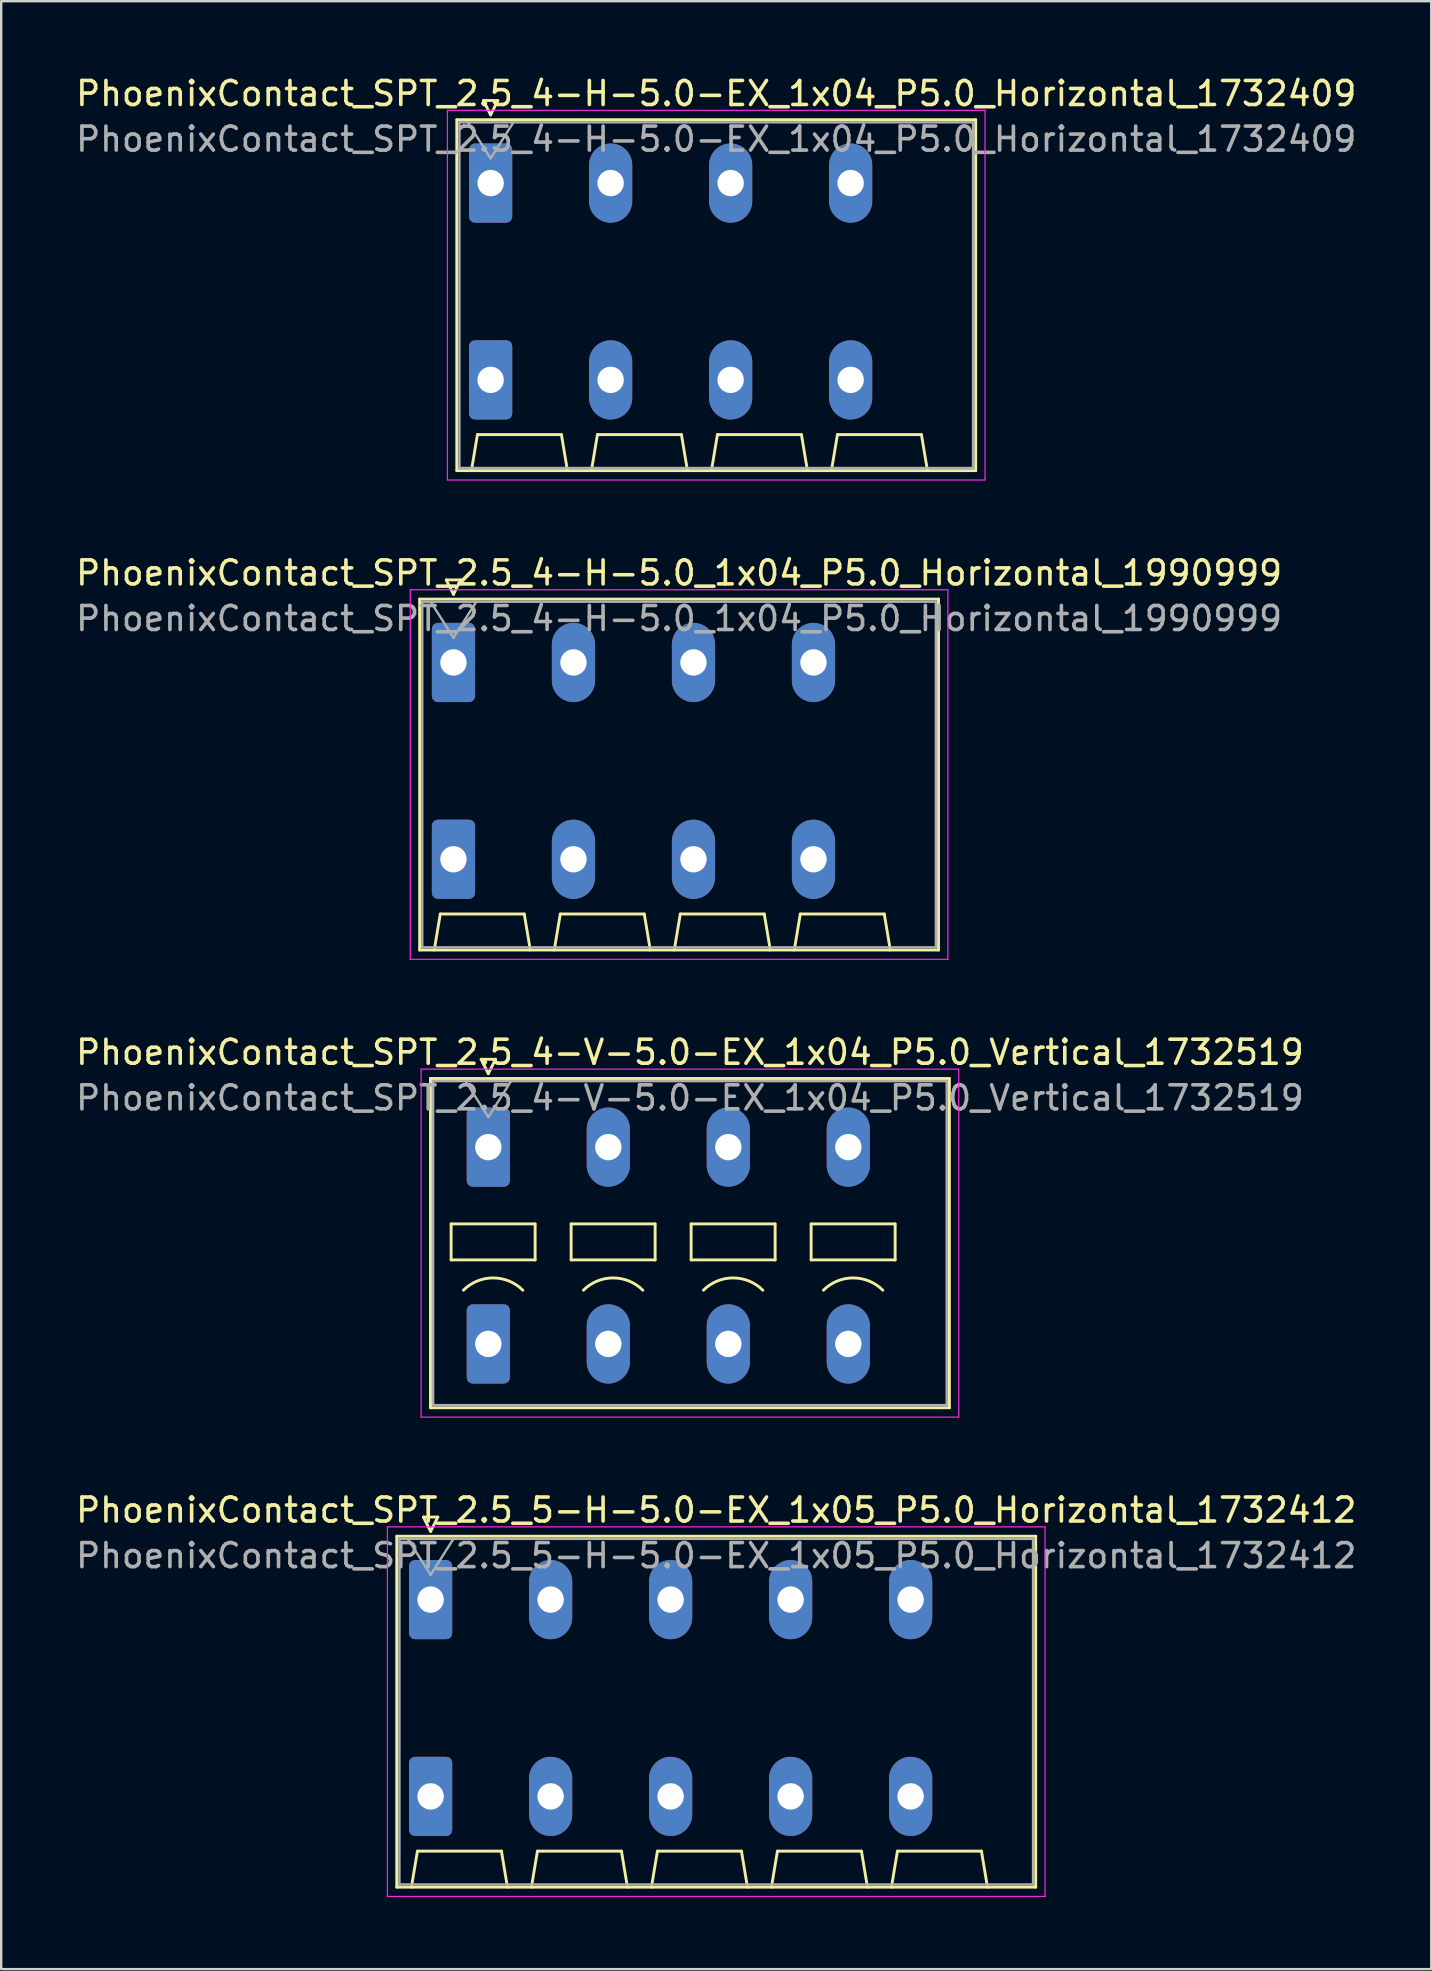
<source format=kicad_pcb>
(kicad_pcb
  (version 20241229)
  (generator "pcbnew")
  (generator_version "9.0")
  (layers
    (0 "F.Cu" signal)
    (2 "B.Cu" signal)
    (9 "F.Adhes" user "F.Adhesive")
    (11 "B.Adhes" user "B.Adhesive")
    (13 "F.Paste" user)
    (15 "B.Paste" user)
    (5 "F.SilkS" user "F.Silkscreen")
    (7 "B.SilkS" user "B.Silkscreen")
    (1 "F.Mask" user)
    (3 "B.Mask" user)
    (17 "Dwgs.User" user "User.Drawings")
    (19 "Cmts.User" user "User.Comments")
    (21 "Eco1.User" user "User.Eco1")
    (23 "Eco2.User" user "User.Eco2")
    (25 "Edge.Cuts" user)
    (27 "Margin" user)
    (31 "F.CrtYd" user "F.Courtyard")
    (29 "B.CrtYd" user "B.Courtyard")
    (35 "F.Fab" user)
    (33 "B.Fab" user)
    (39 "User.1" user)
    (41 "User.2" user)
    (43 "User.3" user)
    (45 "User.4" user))
  (footprint "PhoenixContact_SPT_2.5_4-H-5.0-EX_1x04_P5.0_Horizontal_1732409"
    (layer "F.Cu")
    (at 17.392 4.578)
    (property "Reference" "PhoenixContact_SPT_2.5_4-H-5.0-EX_1x04_P5.0_Horizontal_1732409" (at 9.4 -3.73 0) (layer "F.SilkS") (effects (font (size 1 1) (thickness 0.15))))
    (attr through_hole)
    (fp_line (start -1.41 -2.64) (end 20.21 -2.64) (stroke (width 0.12) (type solid)) (layer "F.SilkS"))
    (fp_line (start -1.41 11.98) (end -1.41 -2.64) (stroke (width 0.12) (type solid)) (layer "F.SilkS"))
    (fp_line (start -0.8 11.98) (end -0.55 10.48) (stroke (width 0.12) (type solid)) (layer "F.SilkS"))
    (fp_line (start -0.55 10.48) (end 2.95 10.48) (stroke (width 0.12) (type solid)) (layer "F.SilkS"))
    (fp_line (start -0.3 -3.44) (end 0 -2.84) (stroke (width 0.12) (type solid)) (layer "F.SilkS"))
    (fp_line (start -0.3 -3.44) (end 0.3 -3.44) (stroke (width 0.12) (type solid)) (layer "F.SilkS"))
    (fp_line (start 0.3 -3.44) (end 0 -2.84) (stroke (width 0.12) (type solid)) (layer "F.SilkS"))
    (fp_line (start 3.2 11.98) (end 2.95 10.48) (stroke (width 0.12) (type solid)) (layer "F.SilkS"))
    (fp_line (start 4.2 11.98) (end 4.45 10.48) (stroke (width 0.12) (type solid)) (layer "F.SilkS"))
    (fp_line (start 4.45 10.48) (end 7.95 10.48) (stroke (width 0.12) (type solid)) (layer "F.SilkS"))
    (fp_line (start 8.2 11.98) (end 7.95 10.48) (stroke (width 0.12) (type solid)) (layer "F.SilkS"))
    (fp_line (start 9.2 11.98) (end 9.45 10.48) (stroke (width 0.12) (type solid)) (layer "F.SilkS"))
    (fp_line (start 9.45 10.48) (end 12.95 10.48) (stroke (width 0.12) (type solid)) (layer "F.SilkS"))
    (fp_line (start 13.2 11.98) (end 12.95 10.48) (stroke (width 0.12) (type solid)) (layer "F.SilkS"))
    (fp_line (start 14.2 11.98) (end 14.45 10.48) (stroke (width 0.12) (type solid)) (layer "F.SilkS"))
    (fp_line (start 14.45 10.48) (end 17.95 10.48) (stroke (width 0.12) (type solid)) (layer "F.SilkS"))
    (fp_line (start 18.2 11.98) (end 17.95 10.48) (stroke (width 0.12) (type solid)) (layer "F.SilkS"))
    (fp_line (start 20.21 -2.64) (end 20.21 11.98) (stroke (width 0.12) (type solid)) (layer "F.SilkS"))
    (fp_line (start 20.21 11.98) (end -1.41 11.98) (stroke (width 0.12) (type solid)) (layer "F.SilkS"))
    (fp_line (start -1.8 -3.03) (end -1.8 12.37) (stroke (width 0.05) (type solid)) (layer "F.CrtYd"))
    (fp_line (start -1.8 12.37) (end 20.6 12.37) (stroke (width 0.05) (type solid)) (layer "F.CrtYd"))
    (fp_line (start 20.6 -3.03) (end -1.8 -3.03) (stroke (width 0.05) (type solid)) (layer "F.CrtYd"))
    (fp_line (start 20.6 12.37) (end 20.6 -3.03) (stroke (width 0.05) (type solid)) (layer "F.CrtYd"))
    (fp_line (start -1.3 -2.53) (end -1.3 11.87) (stroke (width 0.1) (type solid)) (layer "F.Fab"))
    (fp_line (start -1.3 11.87) (end 20.1 11.87) (stroke (width 0.1) (type solid)) (layer "F.Fab"))
    (fp_line (start -0.95 -2.53) (end 0 -1.03) (stroke (width 0.1) (type solid)) (layer "F.Fab"))
    (fp_line (start 0.95 -2.53) (end 0 -1.03) (stroke (width 0.1) (type solid)) (layer "F.Fab"))
    (fp_line (start 20.1 -2.53) (end -1.3 -2.53) (stroke (width 0.1) (type solid)) (layer "F.Fab"))
    (fp_line (start 20.1 11.87) (end 20.1 -2.53) (stroke (width 0.1) (type solid)) (layer "F.Fab"))
    (fp_text user "${REFERENCE}" (at 9.4 -1.83 0) (layer "F.Fab") (effects (font (size 1 1) (thickness 0.15))))
    (pad "1" thru_hole roundrect (at 0 0) (size 1.8 3.3) (drill 1.1) (layers "*.Cu" "*.Mask") (roundrect_rratio 0.139))
    (pad "1" thru_hole roundrect (at 0 8.2) (size 1.8 3.3) (drill 1.1) (layers "*.Cu" "*.Mask") (roundrect_rratio 0.139))
    (pad "2" thru_hole oval (at 5 0) (size 1.8 3.3) (drill 1.1) (layers "*.Cu" "*.Mask"))
    (pad "2" thru_hole oval (at 5 8.2) (size 1.8 3.3) (drill 1.1) (layers "*.Cu" "*.Mask"))
    (pad "3" thru_hole oval (at 10 0) (size 1.8 3.3) (drill 1.1) (layers "*.Cu" "*.Mask"))
    (pad "3" thru_hole oval (at 10 8.2) (size 1.8 3.3) (drill 1.1) (layers "*.Cu" "*.Mask"))
    (pad "4" thru_hole oval (at 15 0) (size 1.8 3.3) (drill 1.1) (layers "*.Cu" "*.Mask"))
    (pad "4" thru_hole oval (at 15 8.2) (size 1.8 3.3) (drill 1.1) (layers "*.Cu" "*.Mask")))
  (footprint "PhoenixContact_SPT_2.5_5-H-5.0-EX_1x05_P5.0_Horizontal_1732412"
    (layer "F.Cu")
    (at 14.892 63.598)
    (property "Reference" "PhoenixContact_SPT_2.5_5-H-5.0-EX_1x05_P5.0_Horizontal_1732412" (at 11.9 -3.73 0) (layer "F.SilkS") (effects (font (size 1 1) (thickness 0.15))))
    (attr through_hole)
    (fp_line (start -1.41 -2.64) (end 25.21 -2.64) (stroke (width 0.12) (type solid)) (layer "F.SilkS"))
    (fp_line (start -1.41 11.98) (end -1.41 -2.64) (stroke (width 0.12) (type solid)) (layer "F.SilkS"))
    (fp_line (start -0.8 11.98) (end -0.55 10.48) (stroke (width 0.12) (type solid)) (layer "F.SilkS"))
    (fp_line (start -0.55 10.48) (end 2.95 10.48) (stroke (width 0.12) (type solid)) (layer "F.SilkS"))
    (fp_line (start -0.3 -3.44) (end 0 -2.84) (stroke (width 0.12) (type solid)) (layer "F.SilkS"))
    (fp_line (start -0.3 -3.44) (end 0.3 -3.44) (stroke (width 0.12) (type solid)) (layer "F.SilkS"))
    (fp_line (start 0.3 -3.44) (end 0 -2.84) (stroke (width 0.12) (type solid)) (layer "F.SilkS"))
    (fp_line (start 3.2 11.98) (end 2.95 10.48) (stroke (width 0.12) (type solid)) (layer "F.SilkS"))
    (fp_line (start 4.2 11.98) (end 4.45 10.48) (stroke (width 0.12) (type solid)) (layer "F.SilkS"))
    (fp_line (start 4.45 10.48) (end 7.95 10.48) (stroke (width 0.12) (type solid)) (layer "F.SilkS"))
    (fp_line (start 8.2 11.98) (end 7.95 10.48) (stroke (width 0.12) (type solid)) (layer "F.SilkS"))
    (fp_line (start 9.2 11.98) (end 9.45 10.48) (stroke (width 0.12) (type solid)) (layer "F.SilkS"))
    (fp_line (start 9.45 10.48) (end 12.95 10.48) (stroke (width 0.12) (type solid)) (layer "F.SilkS"))
    (fp_line (start 13.2 11.98) (end 12.95 10.48) (stroke (width 0.12) (type solid)) (layer "F.SilkS"))
    (fp_line (start 14.2 11.98) (end 14.45 10.48) (stroke (width 0.12) (type solid)) (layer "F.SilkS"))
    (fp_line (start 14.45 10.48) (end 17.95 10.48) (stroke (width 0.12) (type solid)) (layer "F.SilkS"))
    (fp_line (start 18.2 11.98) (end 17.95 10.48) (stroke (width 0.12) (type solid)) (layer "F.SilkS"))
    (fp_line (start 19.2 11.98) (end 19.45 10.48) (stroke (width 0.12) (type solid)) (layer "F.SilkS"))
    (fp_line (start 19.45 10.48) (end 22.95 10.48) (stroke (width 0.12) (type solid)) (layer "F.SilkS"))
    (fp_line (start 23.2 11.98) (end 22.95 10.48) (stroke (width 0.12) (type solid)) (layer "F.SilkS"))
    (fp_line (start 25.21 -2.64) (end 25.21 11.98) (stroke (width 0.12) (type solid)) (layer "F.SilkS"))
    (fp_line (start 25.21 11.98) (end -1.41 11.98) (stroke (width 0.12) (type solid)) (layer "F.SilkS"))
    (fp_line (start -1.8 -3.03) (end -1.8 12.37) (stroke (width 0.05) (type solid)) (layer "F.CrtYd"))
    (fp_line (start -1.8 12.37) (end 25.6 12.37) (stroke (width 0.05) (type solid)) (layer "F.CrtYd"))
    (fp_line (start 25.6 -3.03) (end -1.8 -3.03) (stroke (width 0.05) (type solid)) (layer "F.CrtYd"))
    (fp_line (start 25.6 12.37) (end 25.6 -3.03) (stroke (width 0.05) (type solid)) (layer "F.CrtYd"))
    (fp_line (start -1.3 -2.53) (end -1.3 11.87) (stroke (width 0.1) (type solid)) (layer "F.Fab"))
    (fp_line (start -1.3 11.87) (end 25.1 11.87) (stroke (width 0.1) (type solid)) (layer "F.Fab"))
    (fp_line (start -0.95 -2.53) (end 0 -1.03) (stroke (width 0.1) (type solid)) (layer "F.Fab"))
    (fp_line (start 0.95 -2.53) (end 0 -1.03) (stroke (width 0.1) (type solid)) (layer "F.Fab"))
    (fp_line (start 25.1 -2.53) (end -1.3 -2.53) (stroke (width 0.1) (type solid)) (layer "F.Fab"))
    (fp_line (start 25.1 11.87) (end 25.1 -2.53) (stroke (width 0.1) (type solid)) (layer "F.Fab"))
    (fp_text user "${REFERENCE}" (at 11.9 -1.83 0) (layer "F.Fab") (effects (font (size 1 1) (thickness 0.15))))
    (pad "1" thru_hole roundrect (at 0 0) (size 1.8 3.3) (drill 1.1) (layers "*.Cu" "*.Mask") (roundrect_rratio 0.139))
    (pad "1" thru_hole roundrect (at 0 8.2) (size 1.8 3.3) (drill 1.1) (layers "*.Cu" "*.Mask") (roundrect_rratio 0.139))
    (pad "2" thru_hole oval (at 5 0) (size 1.8 3.3) (drill 1.1) (layers "*.Cu" "*.Mask"))
    (pad "2" thru_hole oval (at 5 8.2) (size 1.8 3.3) (drill 1.1) (layers "*.Cu" "*.Mask"))
    (pad "3" thru_hole oval (at 10 0) (size 1.8 3.3) (drill 1.1) (layers "*.Cu" "*.Mask"))
    (pad "3" thru_hole oval (at 10 8.2) (size 1.8 3.3) (drill 1.1) (layers "*.Cu" "*.Mask"))
    (pad "4" thru_hole oval (at 15 0) (size 1.8 3.3) (drill 1.1) (layers "*.Cu" "*.Mask"))
    (pad "4" thru_hole oval (at 15 8.2) (size 1.8 3.3) (drill 1.1) (layers "*.Cu" "*.Mask"))
    (pad "5" thru_hole oval (at 20 0) (size 1.8 3.3) (drill 1.1) (layers "*.Cu" "*.Mask"))
    (pad "5" thru_hole oval (at 20 8.2) (size 1.8 3.3) (drill 1.1) (layers "*.Cu" "*.Mask")))
  (footprint "PhoenixContact_SPT_2.5_4-H-5.0_1x04_P5.0_Horizontal_1990999"
    (layer "F.Cu")
    (at 15.844 24.552)
    (property "Reference" "PhoenixContact_SPT_2.5_4-H-5.0_1x04_P5.0_Horizontal_1990999" (at 9.4 -3.73 0) (layer "F.SilkS") (effects (font (size 1 1) (thickness 0.15))))
    (attr through_hole)
    (fp_line (start -1.41 -2.64) (end 20.21 -2.64) (stroke (width 0.12) (type solid)) (layer "F.SilkS"))
    (fp_line (start -1.41 11.98) (end -1.41 -2.64) (stroke (width 0.12) (type solid)) (layer "F.SilkS"))
    (fp_line (start -0.8 11.98) (end -0.55 10.48) (stroke (width 0.12) (type solid)) (layer "F.SilkS"))
    (fp_line (start -0.55 10.48) (end 2.95 10.48) (stroke (width 0.12) (type solid)) (layer "F.SilkS"))
    (fp_line (start -0.3 -3.44) (end 0 -2.84) (stroke (width 0.12) (type solid)) (layer "F.SilkS"))
    (fp_line (start -0.3 -3.44) (end 0.3 -3.44) (stroke (width 0.12) (type solid)) (layer "F.SilkS"))
    (fp_line (start 0.3 -3.44) (end 0 -2.84) (stroke (width 0.12) (type solid)) (layer "F.SilkS"))
    (fp_line (start 3.2 11.98) (end 2.95 10.48) (stroke (width 0.12) (type solid)) (layer "F.SilkS"))
    (fp_line (start 4.2 11.98) (end 4.45 10.48) (stroke (width 0.12) (type solid)) (layer "F.SilkS"))
    (fp_line (start 4.45 10.48) (end 7.95 10.48) (stroke (width 0.12) (type solid)) (layer "F.SilkS"))
    (fp_line (start 8.2 11.98) (end 7.95 10.48) (stroke (width 0.12) (type solid)) (layer "F.SilkS"))
    (fp_line (start 9.2 11.98) (end 9.45 10.48) (stroke (width 0.12) (type solid)) (layer "F.SilkS"))
    (fp_line (start 9.45 10.48) (end 12.95 10.48) (stroke (width 0.12) (type solid)) (layer "F.SilkS"))
    (fp_line (start 13.2 11.98) (end 12.95 10.48) (stroke (width 0.12) (type solid)) (layer "F.SilkS"))
    (fp_line (start 14.2 11.98) (end 14.45 10.48) (stroke (width 0.12) (type solid)) (layer "F.SilkS"))
    (fp_line (start 14.45 10.48) (end 17.95 10.48) (stroke (width 0.12) (type solid)) (layer "F.SilkS"))
    (fp_line (start 18.2 11.98) (end 17.95 10.48) (stroke (width 0.12) (type solid)) (layer "F.SilkS"))
    (fp_line (start 20.21 -2.64) (end 20.21 11.98) (stroke (width 0.12) (type solid)) (layer "F.SilkS"))
    (fp_line (start 20.21 11.98) (end -1.41 11.98) (stroke (width 0.12) (type solid)) (layer "F.SilkS"))
    (fp_line (start -1.8 -3.03) (end -1.8 12.37) (stroke (width 0.05) (type solid)) (layer "F.CrtYd"))
    (fp_line (start -1.8 12.37) (end 20.6 12.37) (stroke (width 0.05) (type solid)) (layer "F.CrtYd"))
    (fp_line (start 20.6 -3.03) (end -1.8 -3.03) (stroke (width 0.05) (type solid)) (layer "F.CrtYd"))
    (fp_line (start 20.6 12.37) (end 20.6 -3.03) (stroke (width 0.05) (type solid)) (layer "F.CrtYd"))
    (fp_line (start -1.3 -2.53) (end -1.3 11.87) (stroke (width 0.1) (type solid)) (layer "F.Fab"))
    (fp_line (start -1.3 11.87) (end 20.1 11.87) (stroke (width 0.1) (type solid)) (layer "F.Fab"))
    (fp_line (start -0.95 -2.53) (end 0 -1.03) (stroke (width 0.1) (type solid)) (layer "F.Fab"))
    (fp_line (start 0.95 -2.53) (end 0 -1.03) (stroke (width 0.1) (type solid)) (layer "F.Fab"))
    (fp_line (start 20.1 -2.53) (end -1.3 -2.53) (stroke (width 0.1) (type solid)) (layer "F.Fab"))
    (fp_line (start 20.1 11.87) (end 20.1 -2.53) (stroke (width 0.1) (type solid)) (layer "F.Fab"))
    (fp_text user "${REFERENCE}" (at 9.4 -1.83 0) (layer "F.Fab") (effects (font (size 1 1) (thickness 0.15))))
    (pad "1" thru_hole roundrect (at 0 0) (size 1.8 3.3) (drill 1.1) (layers "*.Cu" "*.Mask") (roundrect_rratio 0.139))
    (pad "1" thru_hole roundrect (at 0 8.2) (size 1.8 3.3) (drill 1.1) (layers "*.Cu" "*.Mask") (roundrect_rratio 0.139))
    (pad "2" thru_hole oval (at 5 0) (size 1.8 3.3) (drill 1.1) (layers "*.Cu" "*.Mask"))
    (pad "2" thru_hole oval (at 5 8.2) (size 1.8 3.3) (drill 1.1) (layers "*.Cu" "*.Mask"))
    (pad "3" thru_hole oval (at 10 0) (size 1.8 3.3) (drill 1.1) (layers "*.Cu" "*.Mask"))
    (pad "3" thru_hole oval (at 10 8.2) (size 1.8 3.3) (drill 1.1) (layers "*.Cu" "*.Mask"))
    (pad "4" thru_hole oval (at 15 0) (size 1.8 3.3) (drill 1.1) (layers "*.Cu" "*.Mask"))
    (pad "4" thru_hole oval (at 15 8.2) (size 1.8 3.3) (drill 1.1) (layers "*.Cu" "*.Mask")))
  (footprint "PhoenixContact_SPT_2.5_4-V-5.0-EX_1x04_P5.0_Vertical_1732519"
    (layer "F.Cu")
    (at 17.296 44.745)
    (property "Reference" "PhoenixContact_SPT_2.5_4-V-5.0-EX_1x04_P5.0_Vertical_1732519" (at 8.4 -3.95 0) (layer "F.SilkS") (effects (font (size 1 1) (thickness 0.15))))
    (attr through_hole)
    (fp_line (start -2.41 -2.86) (end 19.21 -2.86) (stroke (width 0.12) (type solid)) (layer "F.SilkS"))
    (fp_line (start -2.41 10.86) (end -2.41 -2.86) (stroke (width 0.12) (type solid)) (layer "F.SilkS"))
    (fp_line (start -1.55 3.2) (end -1.55 4.7) (stroke (width 0.12) (type solid)) (layer "F.SilkS"))
    (fp_line (start -1.55 4.7) (end 1.95 4.7) (stroke (width 0.12) (type solid)) (layer "F.SilkS"))
    (fp_line (start -0.3 -3.66) (end 0 -3.06) (stroke (width 0.12) (type solid)) (layer "F.SilkS"))
    (fp_line (start -0.3 -3.66) (end 0.3 -3.66) (stroke (width 0.12) (type solid)) (layer "F.SilkS"))
    (fp_line (start 0.3 -3.66) (end 0 -3.06) (stroke (width 0.12) (type solid)) (layer "F.SilkS"))
    (fp_line (start 1.95 3.2) (end -1.55 3.2) (stroke (width 0.12) (type solid)) (layer "F.SilkS"))
    (fp_line (start 1.95 4.7) (end 1.95 3.2) (stroke (width 0.12) (type solid)) (layer "F.SilkS"))
    (fp_line (start 3.45 3.2) (end 3.45 4.7) (stroke (width 0.12) (type solid)) (layer "F.SilkS"))
    (fp_line (start 3.45 4.7) (end 6.95 4.7) (stroke (width 0.12) (type solid)) (layer "F.SilkS"))
    (fp_line (start 6.95 3.2) (end 3.45 3.2) (stroke (width 0.12) (type solid)) (layer "F.SilkS"))
    (fp_line (start 6.95 4.7) (end 6.95 3.2) (stroke (width 0.12) (type solid)) (layer "F.SilkS"))
    (fp_line (start 8.45 3.2) (end 8.45 4.7) (stroke (width 0.12) (type solid)) (layer "F.SilkS"))
    (fp_line (start 8.45 4.7) (end 11.95 4.7) (stroke (width 0.12) (type solid)) (layer "F.SilkS"))
    (fp_line (start 11.95 3.2) (end 8.45 3.2) (stroke (width 0.12) (type solid)) (layer "F.SilkS"))
    (fp_line (start 11.95 4.7) (end 11.95 3.2) (stroke (width 0.12) (type solid)) (layer "F.SilkS"))
    (fp_line (start 13.45 3.2) (end 13.45 4.7) (stroke (width 0.12) (type solid)) (layer "F.SilkS"))
    (fp_line (start 13.45 4.7) (end 16.95 4.7) (stroke (width 0.12) (type solid)) (layer "F.SilkS"))
    (fp_line (start 16.95 3.2) (end 13.45 3.2) (stroke (width 0.12) (type solid)) (layer "F.SilkS"))
    (fp_line (start 16.95 4.7) (end 16.95 3.2) (stroke (width 0.12) (type solid)) (layer "F.SilkS"))
    (fp_line (start 19.21 -2.86) (end 19.21 10.86) (stroke (width 0.12) (type solid)) (layer "F.SilkS"))
    (fp_line (start 19.21 10.86) (end -2.41 10.86) (stroke (width 0.12) (type solid)) (layer "F.SilkS"))
    (fp_arc (start -1.037437 5.962563) (mid 0.2 5.45) (end 1.437437 5.962563) (stroke (width 0.12) (type solid)) (layer "F.SilkS"))
    (fp_arc (start 3.962563 5.962563) (mid 5.2 5.45) (end 6.437437 5.962563) (stroke (width 0.12) (type solid)) (layer "F.SilkS"))
    (fp_arc (start 8.962563 5.962563) (mid 10.2 5.45) (end 11.437437 5.962563) (stroke (width 0.12) (type solid)) (layer "F.SilkS"))
    (fp_arc (start 13.962563 5.962563) (mid 15.2 5.45) (end 16.437437 5.962563) (stroke (width 0.12) (type solid)) (layer "F.SilkS"))
    (fp_line (start -2.8 -3.25) (end -2.8 11.25) (stroke (width 0.05) (type solid)) (layer "F.CrtYd"))
    (fp_line (start -2.8 11.25) (end 19.6 11.25) (stroke (width 0.05) (type solid)) (layer "F.CrtYd"))
    (fp_line (start 19.6 -3.25) (end -2.8 -3.25) (stroke (width 0.05) (type solid)) (layer "F.CrtYd"))
    (fp_line (start 19.6 11.25) (end 19.6 -3.25) (stroke (width 0.05) (type solid)) (layer "F.CrtYd"))
    (fp_line (start -2.3 -2.75) (end -2.3 10.75) (stroke (width 0.1) (type solid)) (layer "F.Fab"))
    (fp_line (start -2.3 10.75) (end 19.1 10.75) (stroke (width 0.1) (type solid)) (layer "F.Fab"))
    (fp_line (start -0.95 -2.75) (end 0 -1.25) (stroke (width 0.1) (type solid)) (layer "F.Fab"))
    (fp_line (start 0.95 -2.75) (end 0 -1.25) (stroke (width 0.1) (type solid)) (layer "F.Fab"))
    (fp_line (start 19.1 -2.75) (end -2.3 -2.75) (stroke (width 0.1) (type solid)) (layer "F.Fab"))
    (fp_line (start 19.1 10.75) (end 19.1 -2.75) (stroke (width 0.1) (type solid)) (layer "F.Fab"))
    (fp_text user "${REFERENCE}" (at 8.4 -2.05 0) (layer "F.Fab") (effects (font (size 1 1) (thickness 0.15))))
    (pad "1" thru_hole roundrect (at 0 0) (size 1.8 3.3) (drill 1.1) (layers "*.Cu" "*.Mask") (roundrect_rratio 0.139))
    (pad "1" thru_hole roundrect (at 0 8.2) (size 1.8 3.3) (drill 1.1) (layers "*.Cu" "*.Mask") (roundrect_rratio 0.139))
    (pad "2" thru_hole oval (at 5 0) (size 1.8 3.3) (drill 1.1) (layers "*.Cu" "*.Mask"))
    (pad "2" thru_hole oval (at 5 8.2) (size 1.8 3.3) (drill 1.1) (layers "*.Cu" "*.Mask"))
    (pad "3" thru_hole oval (at 10 0) (size 1.8 3.3) (drill 1.1) (layers "*.Cu" "*.Mask"))
    (pad "3" thru_hole oval (at 10 8.2) (size 1.8 3.3) (drill 1.1) (layers "*.Cu" "*.Mask"))
    (pad "4" thru_hole oval (at 15 0) (size 1.8 3.3) (drill 1.1) (layers "*.Cu" "*.Mask"))
    (pad "4" thru_hole oval (at 15 8.2) (size 1.8 3.3) (drill 1.1) (layers "*.Cu" "*.Mask")))
  (gr_rect
    (start -3 -3)
    (end 56.583 78.993)
    (stroke (width 0.1) (type default))
    (fill no)
    (layer "Edge.Cuts")))
</source>
